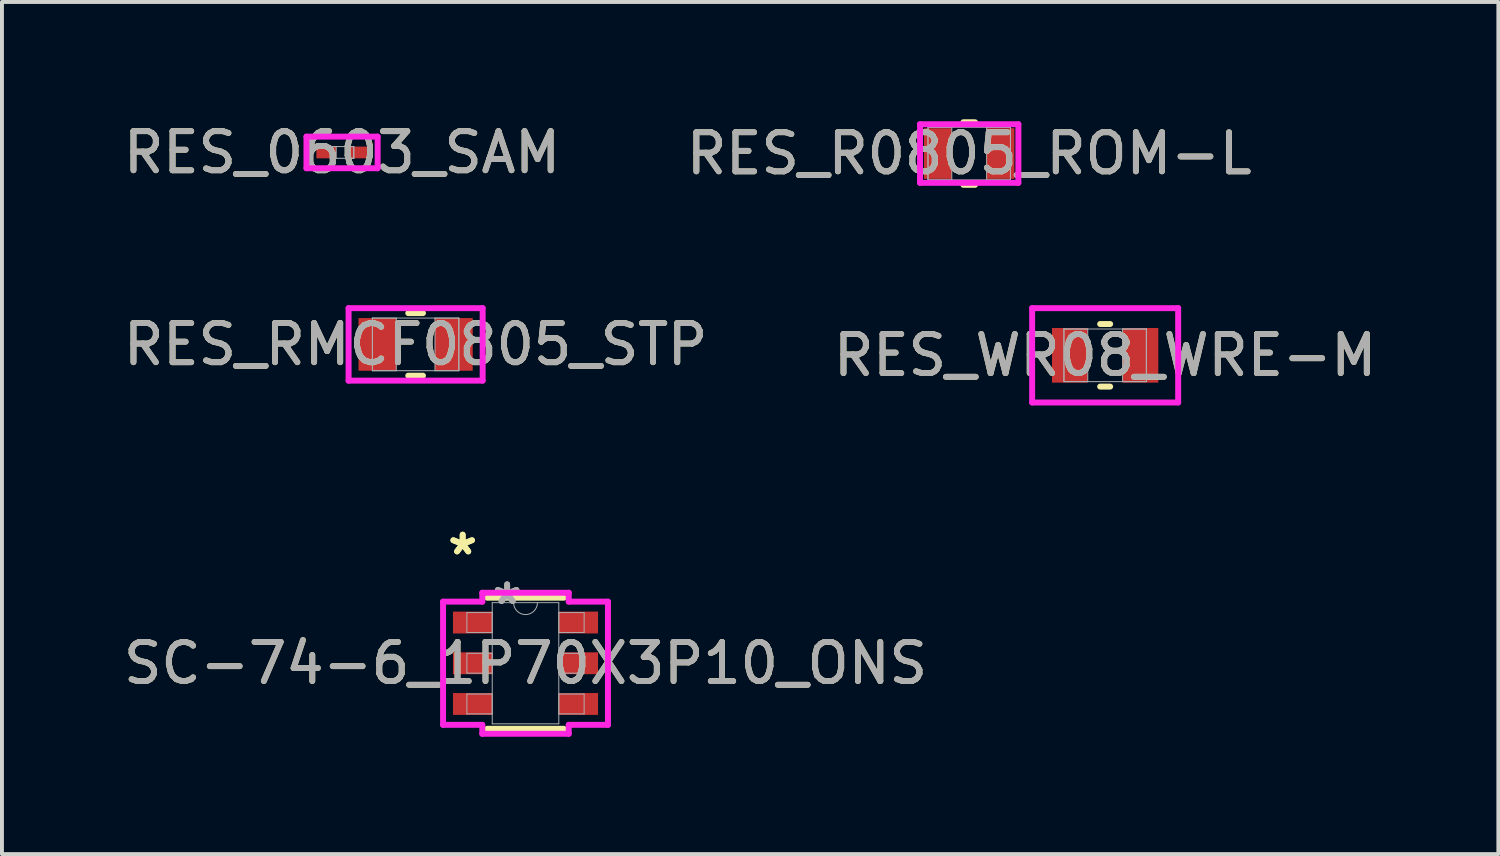
<source format=kicad_pcb>
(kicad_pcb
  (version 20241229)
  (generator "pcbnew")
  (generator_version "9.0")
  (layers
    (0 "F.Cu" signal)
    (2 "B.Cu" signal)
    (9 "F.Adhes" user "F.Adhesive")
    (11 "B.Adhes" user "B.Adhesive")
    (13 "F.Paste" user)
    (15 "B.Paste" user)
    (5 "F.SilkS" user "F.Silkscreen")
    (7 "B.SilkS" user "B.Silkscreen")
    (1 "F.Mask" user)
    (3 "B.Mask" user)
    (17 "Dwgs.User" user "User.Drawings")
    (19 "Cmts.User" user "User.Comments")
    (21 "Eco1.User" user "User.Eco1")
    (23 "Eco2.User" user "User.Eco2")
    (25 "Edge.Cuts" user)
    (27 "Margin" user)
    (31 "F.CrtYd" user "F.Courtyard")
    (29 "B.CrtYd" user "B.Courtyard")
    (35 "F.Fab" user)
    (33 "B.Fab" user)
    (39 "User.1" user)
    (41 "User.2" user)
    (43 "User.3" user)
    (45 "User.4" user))
  (footprint "RES_RMCF0805_STP"
    (layer "F.Cu")
    (at 7.577 5.756)
    (property "Reference" "RES_RMCF0805_STP" (at 0 0 0) (unlocked yes) (layer "F.SilkS") (effects (font (size 1 1) (thickness 0.15))))
    (attr smd)
    (fp_line (start -0.188 0.8) (end 0.188 0.8) (stroke (width 0.152) (type solid)) (layer "F.SilkS"))
    (fp_line (start 0.188 -0.8) (end -0.188 -0.8) (stroke (width 0.152) (type solid)) (layer "F.SilkS"))
    (fp_line (start -1.714 -0.927) (end 1.714 -0.927) (stroke (width 0.152) (type solid)) (layer "F.CrtYd"))
    (fp_line (start -1.714 0.927) (end -1.714 -0.927) (stroke (width 0.152) (type solid)) (layer "F.CrtYd"))
    (fp_line (start 1.714 -0.927) (end 1.714 0.927) (stroke (width 0.152) (type solid)) (layer "F.CrtYd"))
    (fp_line (start 1.714 0.927) (end -1.714 0.927) (stroke (width 0.152) (type solid)) (layer "F.CrtYd"))
    (fp_line (start -1.105 -0.673) (end -1.105 0.673) (stroke (width 0.025) (type solid)) (layer "F.Fab"))
    (fp_line (start -1.105 -0.673) (end -1.105 0.673) (stroke (width 0.025) (type solid)) (layer "F.Fab"))
    (fp_line (start -1.105 0.673) (end -0.495 0.673) (stroke (width 0.025) (type solid)) (layer "F.Fab"))
    (fp_line (start -1.105 0.673) (end 1.105 0.673) (stroke (width 0.025) (type solid)) (layer "F.Fab"))
    (fp_line (start -0.495 -0.673) (end -1.105 -0.673) (stroke (width 0.025) (type solid)) (layer "F.Fab"))
    (fp_line (start -0.495 0.673) (end -0.495 -0.673) (stroke (width 0.025) (type solid)) (layer "F.Fab"))
    (fp_line (start 0.495 -0.673) (end 0.495 0.673) (stroke (width 0.025) (type solid)) (layer "F.Fab"))
    (fp_line (start 0.495 0.673) (end 1.105 0.673) (stroke (width 0.025) (type solid)) (layer "F.Fab"))
    (fp_line (start 1.105 -0.673) (end -1.105 -0.673) (stroke (width 0.025) (type solid)) (layer "F.Fab"))
    (fp_line (start 1.105 -0.673) (end 0.495 -0.673) (stroke (width 0.025) (type solid)) (layer "F.Fab"))
    (fp_line (start 1.105 0.673) (end 1.105 -0.673) (stroke (width 0.025) (type solid)) (layer "F.Fab"))
    (fp_line (start 1.105 0.673) (end 1.105 -0.673) (stroke (width 0.025) (type solid)) (layer "F.Fab"))
    (fp_text user "${REFERENCE}" (at 0 0 0) (unlocked yes) (layer "F.Fab") (effects (font (size 1 1) (thickness 0.15))))
    (pad "1" smd rect (at -0.978 0) (size 0.965 1.346) (layers "F.Cu" "F.Mask" "F.Paste"))
    (pad "2" smd rect (at 0.978 0) (size 0.965 1.346) (layers "F.Cu" "F.Mask" "F.Paste"))
    (zone (net_name "") (layer "F.Cu") (hatch full 0.508) (connect_pads) (min_thickness 0.254) (filled_areas_thickness no) (keepout (tracks not_allowed) (vias not_allowed) (pads allowed) (copperpour not_allowed) (footprints allowed)) (placement (enabled no)) (fill) (polygon (pts (xy 7.133 5.134) (xy 8.022 5.134) (xy 8.022 6.378) (xy 7.133 6.378)))))
  (footprint "SC-74-6_1P70X3P10_ONS"
    (layer "F.Cu")
    (at 10.387 13.909)
    (property "Reference" "SC-74-6_1P70X3P10_ONS" (at 0 0 0) (unlocked yes) (layer "F.SilkS") (effects (font (size 1 1) (thickness 0.15))))
    (attr smd)
    (fp_line (start -0.978 1.676) (end 0.978 1.676) (stroke (width 0.152) (type solid)) (layer "F.SilkS"))
    (fp_line (start 0.978 -1.676) (end -0.978 -1.676) (stroke (width 0.152) (type solid)) (layer "F.SilkS"))
    (fp_line (start -2.108 -1.575) (end -1.105 -1.575) (stroke (width 0.152) (type solid)) (layer "F.CrtYd"))
    (fp_line (start -2.108 1.575) (end -2.108 -1.575) (stroke (width 0.152) (type solid)) (layer "F.CrtYd"))
    (fp_line (start -2.108 1.575) (end -1.105 1.575) (stroke (width 0.152) (type solid)) (layer "F.CrtYd"))
    (fp_line (start -1.105 -1.803) (end 1.105 -1.803) (stroke (width 0.152) (type solid)) (layer "F.CrtYd"))
    (fp_line (start -1.105 -1.575) (end -1.105 -1.803) (stroke (width 0.152) (type solid)) (layer "F.CrtYd"))
    (fp_line (start -1.105 1.803) (end -1.105 1.575) (stroke (width 0.152) (type solid)) (layer "F.CrtYd"))
    (fp_line (start 1.105 -1.803) (end 1.105 -1.575) (stroke (width 0.152) (type solid)) (layer "F.CrtYd"))
    (fp_line (start 1.105 1.575) (end 1.105 1.803) (stroke (width 0.152) (type solid)) (layer "F.CrtYd"))
    (fp_line (start 1.105 1.803) (end -1.105 1.803) (stroke (width 0.152) (type solid)) (layer "F.CrtYd"))
    (fp_line (start 2.108 -1.575) (end 1.105 -1.575) (stroke (width 0.152) (type solid)) (layer "F.CrtYd"))
    (fp_line (start 2.108 -1.575) (end 2.108 1.575) (stroke (width 0.152) (type solid)) (layer "F.CrtYd"))
    (fp_line (start 2.108 1.575) (end 1.105 1.575) (stroke (width 0.152) (type solid)) (layer "F.CrtYd"))
    (fp_line (start -1.499 -1.295) (end -1.499 -0.787) (stroke (width 0.025) (type solid)) (layer "F.Fab"))
    (fp_line (start -1.499 -0.787) (end -0.851 -0.787) (stroke (width 0.025) (type solid)) (layer "F.Fab"))
    (fp_line (start -1.499 -0.254) (end -1.499 0.254) (stroke (width 0.025) (type solid)) (layer "F.Fab"))
    (fp_line (start -1.499 0.254) (end -0.851 0.254) (stroke (width 0.025) (type solid)) (layer "F.Fab"))
    (fp_line (start -1.499 0.787) (end -1.499 1.295) (stroke (width 0.025) (type solid)) (layer "F.Fab"))
    (fp_line (start -1.499 1.295) (end -0.851 1.295) (stroke (width 0.025) (type solid)) (layer "F.Fab"))
    (fp_line (start -0.851 -1.549) (end -0.851 1.549) (stroke (width 0.025) (type solid)) (layer "F.Fab"))
    (fp_line (start -0.851 -1.295) (end -1.499 -1.295) (stroke (width 0.025) (type solid)) (layer "F.Fab"))
    (fp_line (start -0.851 -0.787) (end -0.851 -1.295) (stroke (width 0.025) (type solid)) (layer "F.Fab"))
    (fp_line (start -0.851 -0.254) (end -1.499 -0.254) (stroke (width 0.025) (type solid)) (layer "F.Fab"))
    (fp_line (start -0.851 0.254) (end -0.851 -0.254) (stroke (width 0.025) (type solid)) (layer "F.Fab"))
    (fp_line (start -0.851 0.787) (end -1.499 0.787) (stroke (width 0.025) (type solid)) (layer "F.Fab"))
    (fp_line (start -0.851 1.295) (end -0.851 0.787) (stroke (width 0.025) (type solid)) (layer "F.Fab"))
    (fp_line (start -0.851 1.549) (end 0.851 1.549) (stroke (width 0.025) (type solid)) (layer "F.Fab"))
    (fp_line (start 0.851 -1.549) (end -0.851 -1.549) (stroke (width 0.025) (type solid)) (layer "F.Fab"))
    (fp_line (start 0.851 -1.295) (end 0.851 -0.787) (stroke (width 0.025) (type solid)) (layer "F.Fab"))
    (fp_line (start 0.851 -0.787) (end 1.499 -0.787) (stroke (width 0.025) (type solid)) (layer "F.Fab"))
    (fp_line (start 0.851 -0.254) (end 0.851 0.254) (stroke (width 0.025) (type solid)) (layer "F.Fab"))
    (fp_line (start 0.851 0.254) (end 1.499 0.254) (stroke (width 0.025) (type solid)) (layer "F.Fab"))
    (fp_line (start 0.851 0.787) (end 0.851 1.295) (stroke (width 0.025) (type solid)) (layer "F.Fab"))
    (fp_line (start 0.851 1.295) (end 1.499 1.295) (stroke (width 0.025) (type solid)) (layer "F.Fab"))
    (fp_line (start 0.851 1.549) (end 0.851 -1.549) (stroke (width 0.025) (type solid)) (layer "F.Fab"))
    (fp_line (start 1.499 -1.295) (end 0.851 -1.295) (stroke (width 0.025) (type solid)) (layer "F.Fab"))
    (fp_line (start 1.499 -0.787) (end 1.499 -1.295) (stroke (width 0.025) (type solid)) (layer "F.Fab"))
    (fp_line (start 1.499 -0.254) (end 0.851 -0.254) (stroke (width 0.025) (type solid)) (layer "F.Fab"))
    (fp_line (start 1.499 0.254) (end 1.499 -0.254) (stroke (width 0.025) (type solid)) (layer "F.Fab"))
    (fp_line (start 1.499 0.787) (end 0.851 0.787) (stroke (width 0.025) (type solid)) (layer "F.Fab"))
    (fp_line (start 1.499 1.295) (end 1.499 0.787) (stroke (width 0.025) (type solid)) (layer "F.Fab"))
    (fp_arc (start 0.3048 -1.5494) (mid 0 -1.2446) (end -0.3048 -1.5494) (stroke (width 0.0254) (type solid)) (layer "F.Fab"))
    (fp_text user "*" (at -1.607 -2.743 0) (layer "F.SilkS") (effects (font (size 1 1) (thickness 0.15))))
    (fp_text user "*" (at -1.607 -2.743 0) (unlocked yes) (layer "F.SilkS") (effects (font (size 1 1) (thickness 0.15))))
    (fp_text user "${REFERENCE}" (at 0 0 0) (unlocked yes) (layer "F.Fab") (effects (font (size 1 1) (thickness 0.15))))
    (fp_text user "*" (at -0.47 -1.473 0) (unlocked yes) (layer "F.Fab") (effects (font (size 1 1) (thickness 0.15))))
    (fp_text user "*" (at -0.47 -1.473 0) (layer "F.Fab") (effects (font (size 1 1) (thickness 0.15))))
    (pad "1" smd rect (at -1.353 -1.041) (size 1.003 0.559) (layers "F.Cu" "F.Mask" "F.Paste"))
    (pad "2" smd rect (at -1.353 0) (size 1.003 0.559) (layers "F.Cu" "F.Mask" "F.Paste"))
    (pad "3" smd rect (at -1.353 1.041) (size 1.003 0.559) (layers "F.Cu" "F.Mask" "F.Paste"))
    (pad "4" smd rect (at 1.353 1.041) (size 1.003 0.559) (layers "F.Cu" "F.Mask" "F.Paste"))
    (pad "5" smd rect (at 1.353 0) (size 1.003 0.559) (layers "F.Cu" "F.Mask" "F.Paste"))
    (pad "6" smd rect (at 1.353 -1.041) (size 1.003 0.559) (layers "F.Cu" "F.Mask" "F.Paste")))
  (footprint "RES_R0805_ROM-L"
    (layer "F.Cu")
    (at 21.732 0.876)
    (property "Reference" "RES_R0805_ROM-L" (at 0 0 0) (unlocked yes) (layer "F.SilkS") (effects (font (size 1 1) (thickness 0.15))))
    (attr smd)
    (fp_line (start -0.149 0.8) (end 0.149 0.8) (stroke (width 0.152) (type solid)) (layer "F.SilkS"))
    (fp_line (start 0.149 -0.8) (end -0.149 -0.8) (stroke (width 0.152) (type solid)) (layer "F.SilkS"))
    (fp_line (start -1.257 -0.749) (end 1.257 -0.749) (stroke (width 0.152) (type solid)) (layer "F.CrtYd"))
    (fp_line (start -1.257 0.749) (end -1.257 -0.749) (stroke (width 0.152) (type solid)) (layer "F.CrtYd"))
    (fp_line (start 1.257 -0.749) (end 1.257 0.749) (stroke (width 0.152) (type solid)) (layer "F.CrtYd"))
    (fp_line (start 1.257 0.749) (end -1.257 0.749) (stroke (width 0.152) (type solid)) (layer "F.CrtYd"))
    (fp_line (start -1.054 -0.673) (end -1.054 0.673) (stroke (width 0.025) (type solid)) (layer "F.Fab"))
    (fp_line (start -1.054 -0.673) (end -1.054 0.673) (stroke (width 0.025) (type solid)) (layer "F.Fab"))
    (fp_line (start -1.054 0.673) (end -0.445 0.673) (stroke (width 0.025) (type solid)) (layer "F.Fab"))
    (fp_line (start -1.054 0.673) (end 1.054 0.673) (stroke (width 0.025) (type solid)) (layer "F.Fab"))
    (fp_line (start -0.445 -0.673) (end -1.054 -0.673) (stroke (width 0.025) (type solid)) (layer "F.Fab"))
    (fp_line (start -0.445 0.673) (end -0.445 -0.673) (stroke (width 0.025) (type solid)) (layer "F.Fab"))
    (fp_line (start 0.445 -0.673) (end 0.445 0.673) (stroke (width 0.025) (type solid)) (layer "F.Fab"))
    (fp_line (start 0.445 0.673) (end 1.054 0.673) (stroke (width 0.025) (type solid)) (layer "F.Fab"))
    (fp_line (start 1.054 -0.673) (end -1.054 -0.673) (stroke (width 0.025) (type solid)) (layer "F.Fab"))
    (fp_line (start 1.054 -0.673) (end 0.445 -0.673) (stroke (width 0.025) (type solid)) (layer "F.Fab"))
    (fp_line (start 1.054 0.673) (end 1.054 -0.673) (stroke (width 0.025) (type solid)) (layer "F.Fab"))
    (fp_line (start 1.054 0.673) (end 1.054 -0.673) (stroke (width 0.025) (type solid)) (layer "F.Fab"))
    (fp_text user "${REFERENCE}" (at 0 0 0) (unlocked yes) (layer "F.Fab") (effects (font (size 1 1) (thickness 0.15))))
    (pad "1" smd rect (at -0.8 0) (size 0.711 1.295) (layers "F.Cu" "F.Mask" "F.Paste"))
    (pad "2" smd rect (at 0.8 0) (size 0.711 1.295) (layers "F.Cu" "F.Mask" "F.Paste"))
    (zone (net_name "") (layer "F.Cu") (hatch full 0.508) (connect_pads) (min_thickness 0.254) (filled_areas_thickness no) (keepout (tracks not_allowed) (vias not_allowed) (pads allowed) (copperpour not_allowed) (footprints allowed)) (placement (enabled no)) (fill) (polygon (pts (xy 21.338 0.254) (xy 22.126 0.254) (xy 22.126 1.499) (xy 21.338 1.499)))))
  (footprint "RES_0603_SAM"
    (layer "F.Cu")
    (at 5.696 0.848)
    (property "Reference" "RES_0603_SAM" (at 0 0 0) (unlocked yes) (layer "F.SilkS") (effects (font (size 1 1) (thickness 0.15))))
    (attr smd)
    (fp_line (start -0.91 -0.404) (end 0.91 -0.404) (stroke (width 0.152) (type solid)) (layer "F.CrtYd"))
    (fp_line (start -0.91 0.404) (end -0.91 -0.404) (stroke (width 0.152) (type solid)) (layer "F.CrtYd"))
    (fp_line (start 0.91 -0.404) (end 0.91 0.404) (stroke (width 0.152) (type solid)) (layer "F.CrtYd"))
    (fp_line (start 0.91 0.404) (end -0.91 0.404) (stroke (width 0.152) (type solid)) (layer "F.CrtYd"))
    (fp_line (start -0.3 -0.15) (end -0.3 0.15) (stroke (width 0.025) (type solid)) (layer "F.Fab"))
    (fp_line (start -0.3 -0.15) (end -0.3 0.15) (stroke (width 0.025) (type solid)) (layer "F.Fab"))
    (fp_line (start -0.3 0.15) (end -0.15 0.15) (stroke (width 0.025) (type solid)) (layer "F.Fab"))
    (fp_line (start -0.3 0.15) (end 0.3 0.15) (stroke (width 0.025) (type solid)) (layer "F.Fab"))
    (fp_line (start -0.15 -0.15) (end -0.3 -0.15) (stroke (width 0.025) (type solid)) (layer "F.Fab"))
    (fp_line (start -0.15 0.15) (end -0.15 -0.15) (stroke (width 0.025) (type solid)) (layer "F.Fab"))
    (fp_line (start 0.15 -0.15) (end 0.15 0.15) (stroke (width 0.025) (type solid)) (layer "F.Fab"))
    (fp_line (start 0.15 0.15) (end 0.3 0.15) (stroke (width 0.025) (type solid)) (layer "F.Fab"))
    (fp_line (start 0.3 -0.15) (end -0.3 -0.15) (stroke (width 0.025) (type solid)) (layer "F.Fab"))
    (fp_line (start 0.3 -0.15) (end 0.15 -0.15) (stroke (width 0.025) (type solid)) (layer "F.Fab"))
    (fp_line (start 0.3 0.15) (end 0.3 -0.15) (stroke (width 0.025) (type solid)) (layer "F.Fab"))
    (fp_line (start 0.3 0.15) (end 0.3 -0.15) (stroke (width 0.025) (type solid)) (layer "F.Fab"))
    (fp_text user "${REFERENCE}" (at 0 0 0) (unlocked yes) (layer "F.Fab") (effects (font (size 1 1) (thickness 0.15))))
    (pad "1" smd rect (at -0.403 0) (size 0.506 0.3) (layers "F.Cu" "F.Mask" "F.Paste"))
    (pad "2" smd rect (at 0.403 0) (size 0.506 0.3) (layers "F.Cu" "F.Mask" "F.Paste"))
    (zone (net_name "") (layer "F.Cu") (hatch full 0.508) (connect_pads) (min_thickness 0.254) (filled_areas_thickness no) (keepout (tracks not_allowed) (vias not_allowed) (pads allowed) (copperpour not_allowed) (footprints allowed)) (placement (enabled no)) (fill) (polygon (pts (xy 5.597 0.749) (xy 5.796 0.749) (xy 5.796 0.947) (xy 5.597 0.947)))))
  (footprint "RES_WR08_WRE-M"
    (layer "F.Cu")
    (at 25.208 6.035)
    (property "Reference" "RES_WR08_WRE-M" (at 0 0 0) (unlocked yes) (layer "F.SilkS") (effects (font (size 1 1) (thickness 0.15))))
    (attr smd)
    (fp_line (start -0.128 0.8) (end 0.128 0.8) (stroke (width 0.152) (type solid)) (layer "F.SilkS"))
    (fp_line (start 0.128 -0.8) (end -0.128 -0.8) (stroke (width 0.152) (type solid)) (layer "F.SilkS"))
    (fp_line (start -1.867 -1.206) (end 1.867 -1.206) (stroke (width 0.152) (type solid)) (layer "F.CrtYd"))
    (fp_line (start -1.867 1.206) (end -1.867 -1.206) (stroke (width 0.152) (type solid)) (layer "F.CrtYd"))
    (fp_line (start 1.867 -1.206) (end 1.867 1.206) (stroke (width 0.152) (type solid)) (layer "F.CrtYd"))
    (fp_line (start 1.867 1.206) (end -1.867 1.206) (stroke (width 0.152) (type solid)) (layer "F.CrtYd"))
    (fp_line (start -1.054 -0.673) (end -1.054 0.673) (stroke (width 0.025) (type solid)) (layer "F.Fab"))
    (fp_line (start -1.054 -0.673) (end -1.054 0.673) (stroke (width 0.025) (type solid)) (layer "F.Fab"))
    (fp_line (start -1.054 0.673) (end -0.445 0.673) (stroke (width 0.025) (type solid)) (layer "F.Fab"))
    (fp_line (start -1.054 0.673) (end 1.054 0.673) (stroke (width 0.025) (type solid)) (layer "F.Fab"))
    (fp_line (start -0.445 -0.673) (end -1.054 -0.673) (stroke (width 0.025) (type solid)) (layer "F.Fab"))
    (fp_line (start -0.445 0.673) (end -0.445 -0.673) (stroke (width 0.025) (type solid)) (layer "F.Fab"))
    (fp_line (start 0.445 -0.673) (end 0.445 0.673) (stroke (width 0.025) (type solid)) (layer "F.Fab"))
    (fp_line (start 0.445 0.673) (end 1.054 0.673) (stroke (width 0.025) (type solid)) (layer "F.Fab"))
    (fp_line (start 1.054 -0.673) (end -1.054 -0.673) (stroke (width 0.025) (type solid)) (layer "F.Fab"))
    (fp_line (start 1.054 -0.673) (end 0.445 -0.673) (stroke (width 0.025) (type solid)) (layer "F.Fab"))
    (fp_line (start 1.054 0.673) (end 1.054 -0.673) (stroke (width 0.025) (type solid)) (layer "F.Fab"))
    (fp_line (start 1.054 0.673) (end 1.054 -0.673) (stroke (width 0.025) (type solid)) (layer "F.Fab"))
    (fp_text user "${REFERENCE}" (at 0 0 0) (unlocked yes) (layer "F.Fab") (effects (font (size 1 1) (thickness 0.15))))
    (pad "1" smd rect (at -0.902 0) (size 0.914 1.397) (layers "F.Cu" "F.Mask" "F.Paste"))
    (pad "2" smd rect (at 0.902 0) (size 0.914 1.397) (layers "F.Cu" "F.Mask" "F.Paste"))
    (zone (net_name "") (layer "F.Cu") (hatch full 0.508) (connect_pads) (min_thickness 0.254) (filled_areas_thickness no) (keepout (tracks not_allowed) (vias not_allowed) (pads allowed) (copperpour not_allowed) (footprints allowed)) (placement (enabled no)) (fill) (polygon (pts (xy 24.815 5.413) (xy 25.602 5.413) (xy 25.602 6.658) (xy 24.815 6.658)))))
  (gr_rect
    (start -3 -3)
    (end 35.262 18.789)
    (stroke (width 0.1) (type default))
    (fill no)
    (layer "Edge.Cuts")))
</source>
